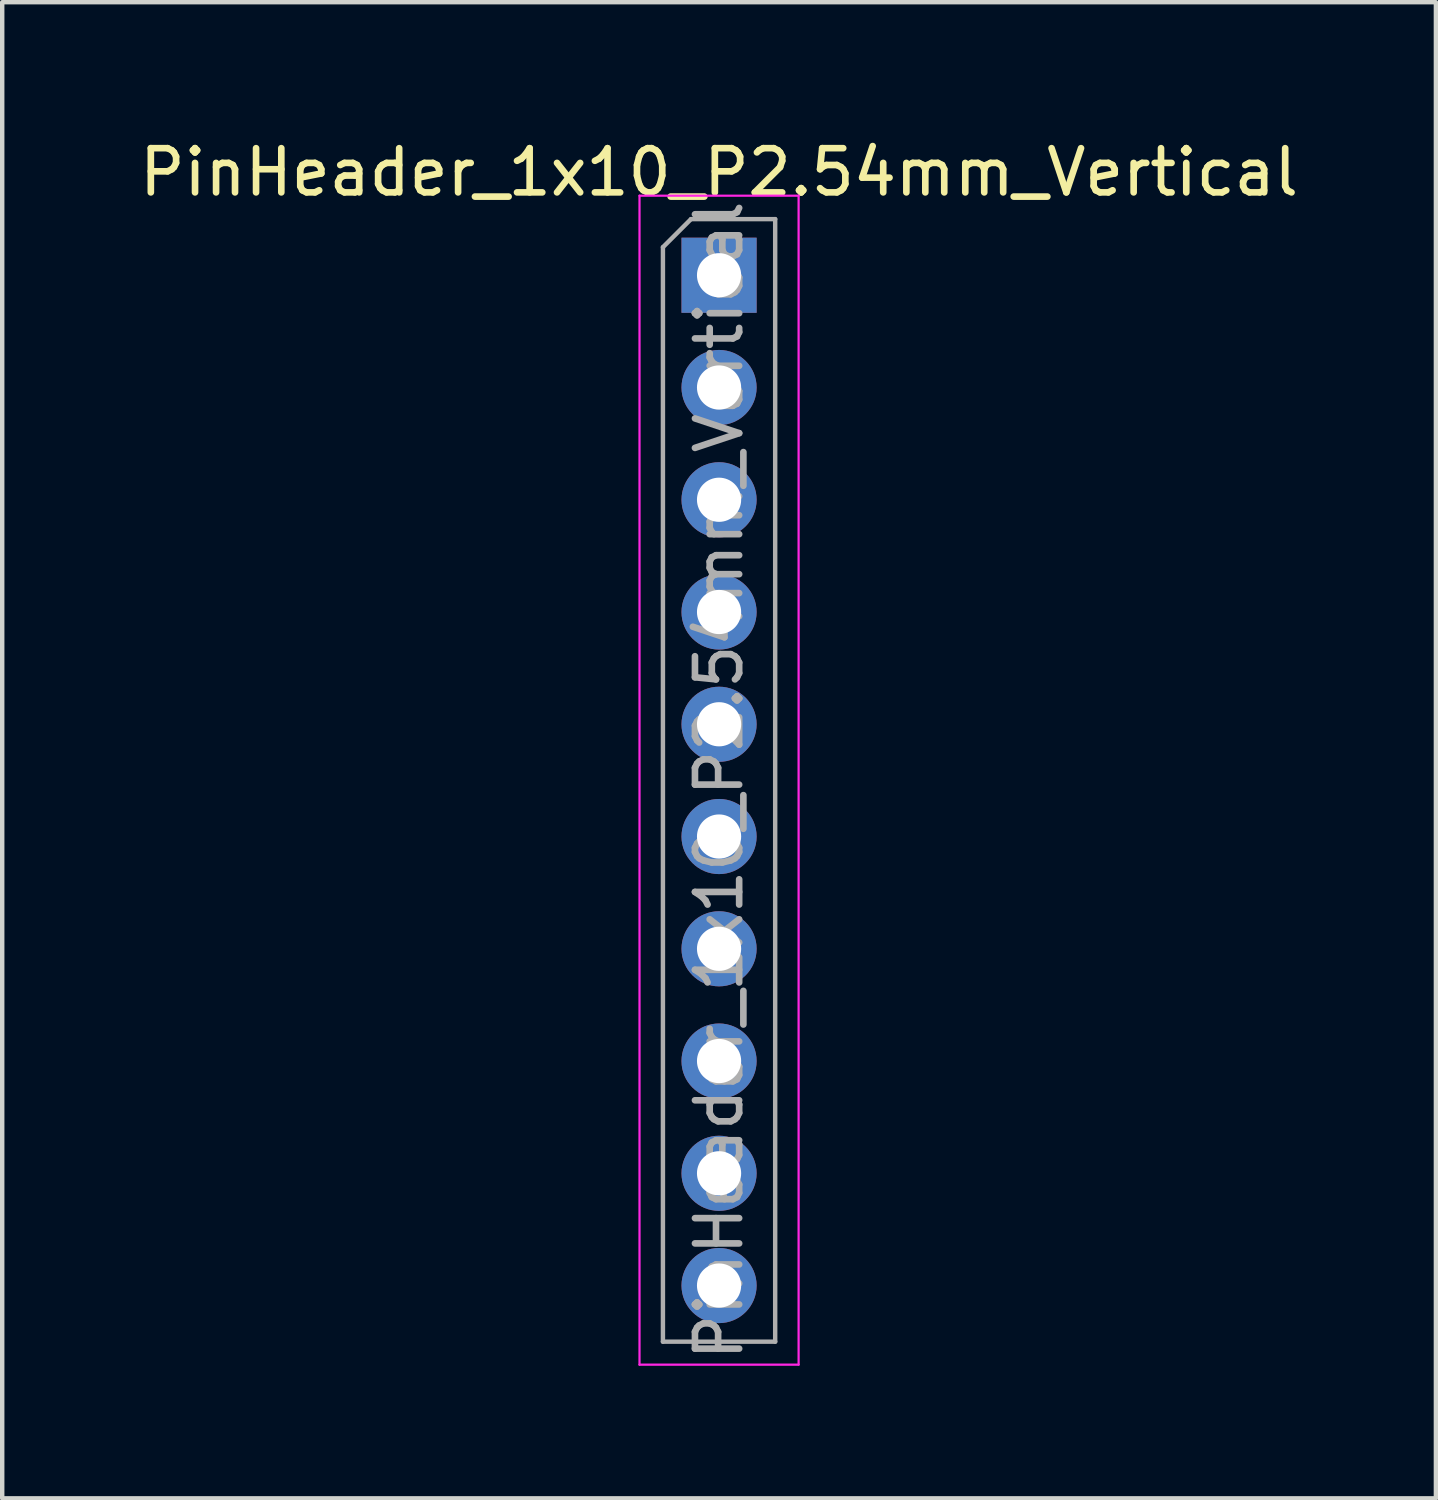
<source format=kicad_pcb>
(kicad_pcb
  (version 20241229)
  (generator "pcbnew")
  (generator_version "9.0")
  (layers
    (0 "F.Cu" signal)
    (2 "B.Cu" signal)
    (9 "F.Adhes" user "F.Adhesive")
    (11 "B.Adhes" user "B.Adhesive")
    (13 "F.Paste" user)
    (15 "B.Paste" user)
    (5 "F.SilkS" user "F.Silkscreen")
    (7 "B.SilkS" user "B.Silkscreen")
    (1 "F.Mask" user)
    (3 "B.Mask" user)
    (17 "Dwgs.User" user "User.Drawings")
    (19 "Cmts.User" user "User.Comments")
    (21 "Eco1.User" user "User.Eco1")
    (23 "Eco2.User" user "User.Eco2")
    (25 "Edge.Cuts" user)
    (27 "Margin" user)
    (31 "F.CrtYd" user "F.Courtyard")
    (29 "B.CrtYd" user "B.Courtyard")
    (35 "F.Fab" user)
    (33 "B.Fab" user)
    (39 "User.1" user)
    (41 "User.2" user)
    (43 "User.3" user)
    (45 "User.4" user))
  (footprint "PinHeader_1x10_P2.54mm_Vertical"
    (layer "F.Cu")
    (at 13.22 3.178)
    (property "Reference" "PinHeader_1x10_P2.54mm_Vertical" (at 0 -2.33 0) (layer "F.SilkS") (effects (font (size 1 1) (thickness 0.15))))
    (attr through_hole)
    (fp_line (start -1.8 -1.8) (end -1.8 24.65) (stroke (width 0.05) (type solid)) (layer "F.CrtYd"))
    (fp_line (start -1.8 24.65) (end 1.8 24.65) (stroke (width 0.05) (type solid)) (layer "F.CrtYd"))
    (fp_line (start 1.8 -1.8) (end -1.8 -1.8) (stroke (width 0.05) (type solid)) (layer "F.CrtYd"))
    (fp_line (start 1.8 24.65) (end 1.8 -1.8) (stroke (width 0.05) (type solid)) (layer "F.CrtYd"))
    (fp_line (start -1.27 -0.635) (end -0.635 -1.27) (stroke (width 0.1) (type solid)) (layer "F.Fab"))
    (fp_line (start -1.27 24.13) (end -1.27 -0.635) (stroke (width 0.1) (type solid)) (layer "F.Fab"))
    (fp_line (start -0.635 -1.27) (end 1.27 -1.27) (stroke (width 0.1) (type solid)) (layer "F.Fab"))
    (fp_line (start 1.27 -1.27) (end 1.27 24.13) (stroke (width 0.1) (type solid)) (layer "F.Fab"))
    (fp_line (start 1.27 24.13) (end -1.27 24.13) (stroke (width 0.1) (type solid)) (layer "F.Fab"))
    (fp_text user "${REFERENCE}" (at 0 11.43 90) (layer "F.Fab") (effects (font (size 1 1) (thickness 0.15))))
    (pad "1" thru_hole rect (at 0 0) (size 1.7 1.7) (drill 1) (layers "*.Cu" "*.Mask"))
    (pad "2" thru_hole oval (at 0 2.54) (size 1.7 1.7) (drill 1) (layers "*.Cu" "*.Mask"))
    (pad "3" thru_hole oval (at 0 5.08) (size 1.7 1.7) (drill 1) (layers "*.Cu" "*.Mask"))
    (pad "4" thru_hole oval (at 0 7.62) (size 1.7 1.7) (drill 1) (layers "*.Cu" "*.Mask"))
    (pad "5" thru_hole oval (at 0 10.16) (size 1.7 1.7) (drill 1) (layers "*.Cu" "*.Mask"))
    (pad "6" thru_hole oval (at 0 12.7) (size 1.7 1.7) (drill 1) (layers "*.Cu" "*.Mask"))
    (pad "7" thru_hole oval (at 0 15.24) (size 1.7 1.7) (drill 1) (layers "*.Cu" "*.Mask"))
    (pad "8" thru_hole oval (at 0 17.78) (size 1.7 1.7) (drill 1) (layers "*.Cu" "*.Mask"))
    (pad "9" thru_hole oval (at 0 20.32) (size 1.7 1.7) (drill 1) (layers "*.Cu" "*.Mask"))
    (pad "10" thru_hole oval (at 0 22.86) (size 1.7 1.7) (drill 1) (layers "*.Cu" "*.Mask")))
  (gr_rect
    (start -3 -3)
    (end 29.44 30.853)
    (stroke (width 0.1) (type default))
    (fill no)
    (layer "Edge.Cuts")))
</source>
